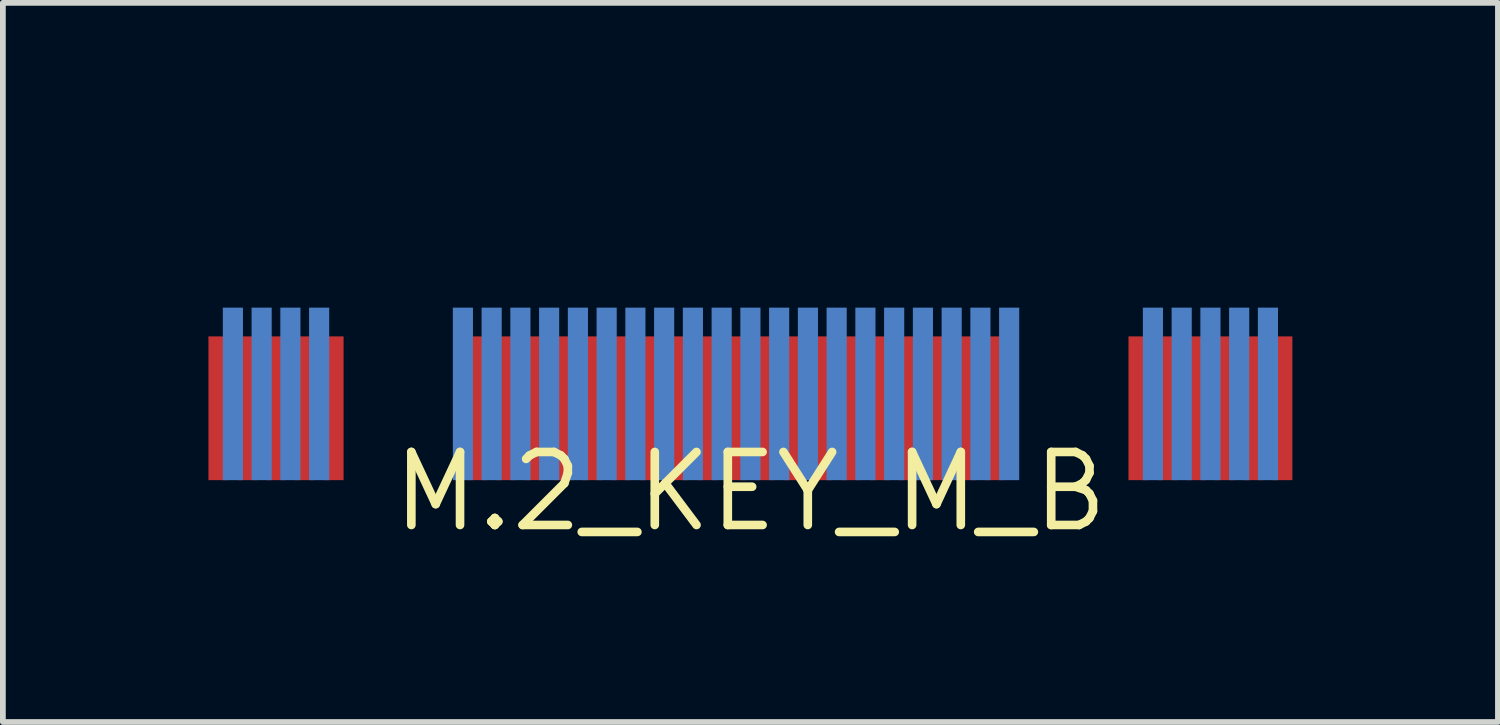
<source format=kicad_pcb>
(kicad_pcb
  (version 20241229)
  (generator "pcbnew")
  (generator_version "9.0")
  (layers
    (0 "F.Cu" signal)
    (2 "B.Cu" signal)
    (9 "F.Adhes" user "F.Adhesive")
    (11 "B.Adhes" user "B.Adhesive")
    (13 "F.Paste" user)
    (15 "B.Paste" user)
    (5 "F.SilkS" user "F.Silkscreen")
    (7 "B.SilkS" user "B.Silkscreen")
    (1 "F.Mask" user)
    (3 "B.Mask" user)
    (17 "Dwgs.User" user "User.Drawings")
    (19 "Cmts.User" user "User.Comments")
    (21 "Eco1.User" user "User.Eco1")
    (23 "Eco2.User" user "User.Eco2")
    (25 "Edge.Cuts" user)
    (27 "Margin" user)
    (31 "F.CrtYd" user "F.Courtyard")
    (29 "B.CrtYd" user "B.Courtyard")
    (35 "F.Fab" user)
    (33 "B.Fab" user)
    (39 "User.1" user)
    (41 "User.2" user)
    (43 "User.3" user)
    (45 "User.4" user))
  (footprint "M.2_KEY_M_B"
    (layer "F.Cu")
    (at 10 5.5)
    (property "Reference" "M.2_KEY_M_B" (at 0 0 0) (layer "F.SilkS") (effects (font (size 1.27 1.27) (thickness 0.15))))
    (attr through_hole)
    (pad "NC" connect rect (at -9.25 -1.45) (size 0.35 2.5) (layers "F.Cu" "F.Mask"))
    (pad "NC" connect rect (at -7.75 -1.45) (size 0.35 2.5) (layers "F.Cu" "F.Mask"))
    (pad "NC" connect rect (at -7.5 -1.7) (size 0.35 3) (layers "B.Cu" "B.Mask"))
    (pad "NC" connect rect (at -7.25 -1.45) (size 0.35 2.5) (layers "F.Cu" "F.Mask"))
    (pad "NC" connect rect (at -5 -1.7) (size 0.35 3) (layers "B.Cu" "B.Mask"))
    (pad "NC" connect rect (at -4.5 -1.7) (size 0.35 3) (layers "B.Cu" "B.Mask"))
    (pad "NC" connect rect (at -2.5 -1.7) (size 0.35 3) (layers "B.Cu" "B.Mask"))
    (pad "NC" connect rect (at -2 -1.7) (size 0.35 3) (layers "B.Cu" "B.Mask"))
    (pad "NC" connect rect (at -1.5 -1.7) (size 0.35 3) (layers "B.Cu" "B.Mask"))
    (pad "NC" connect rect (at -1 -1.7) (size 0.35 3) (layers "B.Cu" "B.Mask"))
    (pad "NC" connect rect (at -0.5 -1.7) (size 0.35 3) (layers "B.Cu" "B.Mask"))
    (pad "NC" connect rect (at 0.5 -1.7) (size 0.35 3) (layers "B.Cu" "B.Mask"))
    (pad "NC" connect rect (at 1 -1.7) (size 0.35 3) (layers "B.Cu" "B.Mask"))
    (pad "NC" connect rect (at 1.5 -1.7) (size 0.35 3) (layers "B.Cu" "B.Mask"))
    (pad "NC" connect rect (at 2 -1.7) (size 0.35 3) (layers "B.Cu" "B.Mask"))
    (pad "NC" connect rect (at 2.5 -1.7) (size 0.35 3) (layers "B.Cu" "B.Mask"))
    (pad "NC" connect rect (at 3 -1.7) (size 0.35 3) (layers "B.Cu" "B.Mask"))
    (pad "NC" connect rect (at 3.25 -1.45) (size 0.35 2.5) (layers "F.Cu" "F.Mask"))
    (pad "NC" connect rect (at 3.5 -1.7) (size 0.35 3) (layers "B.Cu" "B.Mask"))
    (pad "NC" connect rect (at 3.75 -1.45) (size 0.35 2.5) (layers "F.Cu" "F.Mask"))
    (pad "NC" connect rect (at 4 -1.7) (size 0.35 3) (layers "B.Cu" "B.Mask"))
    (pad "NC" connect rect (at 4.25 -1.45) (size 0.35 2.5) (layers "F.Cu" "F.Mask"))
    (pad "NC" connect rect (at 4.5 -1.7) (size 0.35 3) (layers "B.Cu" "B.Mask"))
    (pad "NC" connect rect (at 6.75 -1.45) (size 0.35 2.5) (layers "F.Cu" "F.Mask"))
    (pad "NC" connect rect (at 7 -1.7) (size 0.35 3) (layers "B.Cu" "B.Mask"))
    (pad "NC" connect rect (at 7.25 -1.45) (size 0.35 2.5) (layers "F.Cu" "F.Mask"))
    (pad "NC" connect rect (at 7.5 -1.7) (size 0.35 3) (layers "B.Cu" "B.Mask"))
    (pad "NC" connect rect (at 7.75 -1.45) (size 0.35 2.5) (layers "F.Cu" "F.Mask"))
    (pad "NC" connect rect (at 8 -1.7) (size 0.35 3) (layers "B.Cu" "B.Mask"))
    (pad "NC" connect rect (at 8.25 -1.45) (size 0.35 2.5) (layers "F.Cu" "F.Mask"))
    (pad "NC" connect rect (at 9.25 -1.45) (size 0.35 2.5) (layers "F.Cu" "F.Mask"))
    (pad "P$2" connect rect (at 9 -1.7) (size 0.35 3) (layers "B.Cu" "B.Mask"))
    (pad "P$3" connect rect (at 8.75 -1.45) (size 0.35 2.5) (layers "F.Cu" "F.Mask"))
    (pad "P$4" connect rect (at 8.5 -1.7) (size 0.35 3) (layers "B.Cu" "B.Mask"))
    (pad "P$27" connect rect (at 2.75 -1.45) (size 0.35 2.5) (layers "F.Cu" "F.Mask"))
    (pad "P$29" connect rect (at 2.25 -1.45) (size 0.35 2.5) (layers "F.Cu" "F.Mask"))
    (pad "P$31" connect rect (at 1.75 -1.45) (size 0.35 2.5) (layers "F.Cu" "F.Mask"))
    (pad "P$33" connect rect (at 1.25 -1.45) (size 0.35 2.5) (layers "F.Cu" "F.Mask"))
    (pad "P$35" connect rect (at 0.75 -1.45) (size 0.35 2.5) (layers "F.Cu" "F.Mask"))
    (pad "P$37" connect rect (at 0.25 -1.45) (size 0.35 2.5) (layers "F.Cu" "F.Mask"))
    (pad "P$38" connect rect (at 0 -1.7) (size 0.35 3) (layers "B.Cu" "B.Mask"))
    (pad "P$39" connect rect (at -0.25 -1.45) (size 0.35 2.5) (layers "F.Cu" "F.Mask"))
    (pad "P$41" connect rect (at -0.75 -1.45) (size 0.35 2.5) (layers "F.Cu" "F.Mask"))
    (pad "P$43" connect rect (at -1.25 -1.45) (size 0.35 2.5) (layers "F.Cu" "F.Mask"))
    (pad "P$45" connect rect (at -1.75 -1.45) (size 0.35 2.5) (layers "F.Cu" "F.Mask"))
    (pad "P$47" connect rect (at -2.25 -1.45) (size 0.35 2.5) (layers "F.Cu" "F.Mask"))
    (pad "P$49" connect rect (at -2.75 -1.45) (size 0.35 2.5) (layers "F.Cu" "F.Mask"))
    (pad "P$50" connect rect (at -3 -1.7) (size 0.35 3) (layers "B.Cu" "B.Mask"))
    (pad "P$51" connect rect (at -3.25 -1.45) (size 0.35 2.5) (layers "F.Cu" "F.Mask"))
    (pad "P$52" connect rect (at -3.5 -1.7) (size 0.35 3) (layers "B.Cu" "B.Mask"))
    (pad "P$53" connect rect (at -3.75 -1.45) (size 0.35 2.5) (layers "F.Cu" "F.Mask"))
    (pad "P$54" connect rect (at -4 -1.7) (size 0.35 3) (layers "B.Cu" "B.Mask"))
    (pad "P$55" connect rect (at -4.25 -1.45) (size 0.35 2.5) (layers "F.Cu" "F.Mask"))
    (pad "P$57" connect rect (at -4.75 -1.45) (size 0.35 2.5) (layers "F.Cu" "F.Mask"))
    (pad "P$70" connect rect (at -8 -1.7) (size 0.35 3) (layers "B.Cu" "B.Mask"))
    (pad "P$71" connect rect (at -8.25 -1.45) (size 0.35 2.5) (layers "F.Cu" "F.Mask"))
    (pad "P$72" connect rect (at -8.5 -1.7) (size 0.35 3) (layers "B.Cu" "B.Mask"))
    (pad "P$73" connect rect (at -8.75 -1.45) (size 0.35 2.5) (layers "F.Cu" "F.Mask"))
    (pad "P$74" connect rect (at -9 -1.7) (size 0.35 3) (layers "B.Cu" "B.Mask"))
    (zone (net_name "") (layer "B.CrtYd") (hatch edge 0.5) (connect_pads) (min_thickness 0.25) (filled_areas_thickness no) (keepout (tracks allowed) (vias allowed) (pads not_allowed) (copperpour allowed) (footprints not_allowed)) (placement (enabled no)) (fill) (polygon (pts (xy 16.2 5.5) (xy 16.2 2.6) (xy 16.2 2.566) (xy 16.192 2.499) (xy 16.177 2.434) (xy 16.155 2.37) (xy 16.126 2.31) (xy 16.09 2.253) (xy 16.048 2.2) (xy 16 2.152) (xy 15.947 2.11) (xy 15.89 2.074) (xy 15.83 2.045) (xy 15.766 2.023) (xy 15.701 2.008) (xy 15.634 2) (xy 15.6 2) (xy 15.566 2) (xy 15.499 2.008) (xy 15.434 2.023) (xy 15.37 2.045) (xy 15.31 2.074) (xy 15.253 2.11) (xy 15.2 2.152) (xy 15.152 2.2) (xy 15.11 2.253) (xy 15.074 2.31) (xy 15.045 2.37) (xy 15.023 2.434) (xy 15.008 2.499) (xy 15 2.566) (xy 15 2.6) (xy 15 5.5) (xy 4.475 5.5) (xy 4.475 2.6) (xy 4.475 2.566) (xy 4.467 2.499) (xy 4.452 2.434) (xy 4.43 2.37) (xy 4.401 2.31) (xy 4.365 2.253) (xy 4.323 2.2) (xy 4.275 2.152) (xy 4.222 2.11) (xy 4.165 2.074) (xy 4.105 2.045) (xy 4.041 2.023) (xy 3.976 2.008) (xy 3.909 2) (xy 3.875 2) (xy 3.841 2) (xy 3.774 2.008) (xy 3.709 2.023) (xy 3.645 2.045) (xy 3.585 2.074) (xy 3.528 2.11) (xy 3.475 2.152) (xy 3.427 2.2) (xy 3.385 2.253) (xy 3.349 2.31) (xy 3.32 2.37) (xy 3.298 2.434) (xy 3.283 2.499) (xy 3.275 2.566) (xy 3.275 2.6) (xy 3.275 5.5) (xy 0.25 5.5) (xy 0.23 5.5) (xy 0.192 5.492) (xy 0.155 5.477) (xy 0.123 5.455) (xy 0.095 5.427) (xy 0.073 5.395) (xy 0.058 5.358) (xy 0.05 5.32) (xy 0.05 5.3) (xy 0 0) (xy 20 0) (xy 19.95 5.3) (xy 19.95 5.32) (xy 19.942 5.358) (xy 19.927 5.395) (xy 19.905 5.427) (xy 19.877 5.455) (xy 19.845 5.477) (xy 19.808 5.492) (xy 19.77 5.5) (xy 19.75 5.5))))
    (zone (net_name "") (layer "F.CrtYd") (hatch edge 0.5) (connect_pads) (min_thickness 0.25) (filled_areas_thickness no) (keepout (tracks allowed) (vias allowed) (pads not_allowed) (copperpour allowed) (footprints not_allowed)) (placement (enabled no)) (fill) (polygon (pts (xy 16.2 5.5) (xy 16.2 2.6) (xy 16.2 2.566) (xy 16.192 2.499) (xy 16.177 2.434) (xy 16.155 2.37) (xy 16.126 2.31) (xy 16.09 2.253) (xy 16.048 2.2) (xy 16 2.152) (xy 15.947 2.11) (xy 15.89 2.074) (xy 15.83 2.045) (xy 15.766 2.023) (xy 15.701 2.008) (xy 15.634 2) (xy 15.6 2) (xy 15.566 2) (xy 15.499 2.008) (xy 15.434 2.023) (xy 15.37 2.045) (xy 15.31 2.074) (xy 15.253 2.11) (xy 15.2 2.152) (xy 15.152 2.2) (xy 15.11 2.253) (xy 15.074 2.31) (xy 15.045 2.37) (xy 15.023 2.434) (xy 15.008 2.499) (xy 15 2.566) (xy 15 2.6) (xy 15 5.5) (xy 4.475 5.5) (xy 4.475 2.6) (xy 4.475 2.566) (xy 4.467 2.499) (xy 4.452 2.434) (xy 4.43 2.37) (xy 4.401 2.31) (xy 4.365 2.253) (xy 4.323 2.2) (xy 4.275 2.152) (xy 4.222 2.11) (xy 4.165 2.074) (xy 4.105 2.045) (xy 4.041 2.023) (xy 3.976 2.008) (xy 3.909 2) (xy 3.875 2) (xy 3.841 2) (xy 3.774 2.008) (xy 3.709 2.023) (xy 3.645 2.045) (xy 3.585 2.074) (xy 3.528 2.11) (xy 3.475 2.152) (xy 3.427 2.2) (xy 3.385 2.253) (xy 3.349 2.31) (xy 3.32 2.37) (xy 3.298 2.434) (xy 3.283 2.499) (xy 3.275 2.566) (xy 3.275 2.6) (xy 3.275 5.5) (xy 0.25 5.5) (xy 0.23 5.5) (xy 0.192 5.492) (xy 0.155 5.477) (xy 0.123 5.455) (xy 0.095 5.427) (xy 0.073 5.395) (xy 0.058 5.358) (xy 0.05 5.32) (xy 0.05 5.3) (xy 0.05 0) (xy 20 0) (xy 19.95 5.3) (xy 19.95 5.32) (xy 19.942 5.358) (xy 19.927 5.395) (xy 19.905 5.427) (xy 19.877 5.455) (xy 19.845 5.477) (xy 19.808 5.492) (xy 19.77 5.5) (xy 19.75 5.5)))))
  (gr_rect
    (start -3 -3)
    (end 23 9.506)
    (stroke (width 0.1) (type default))
    (fill no)
    (layer "Edge.Cuts")))
</source>
